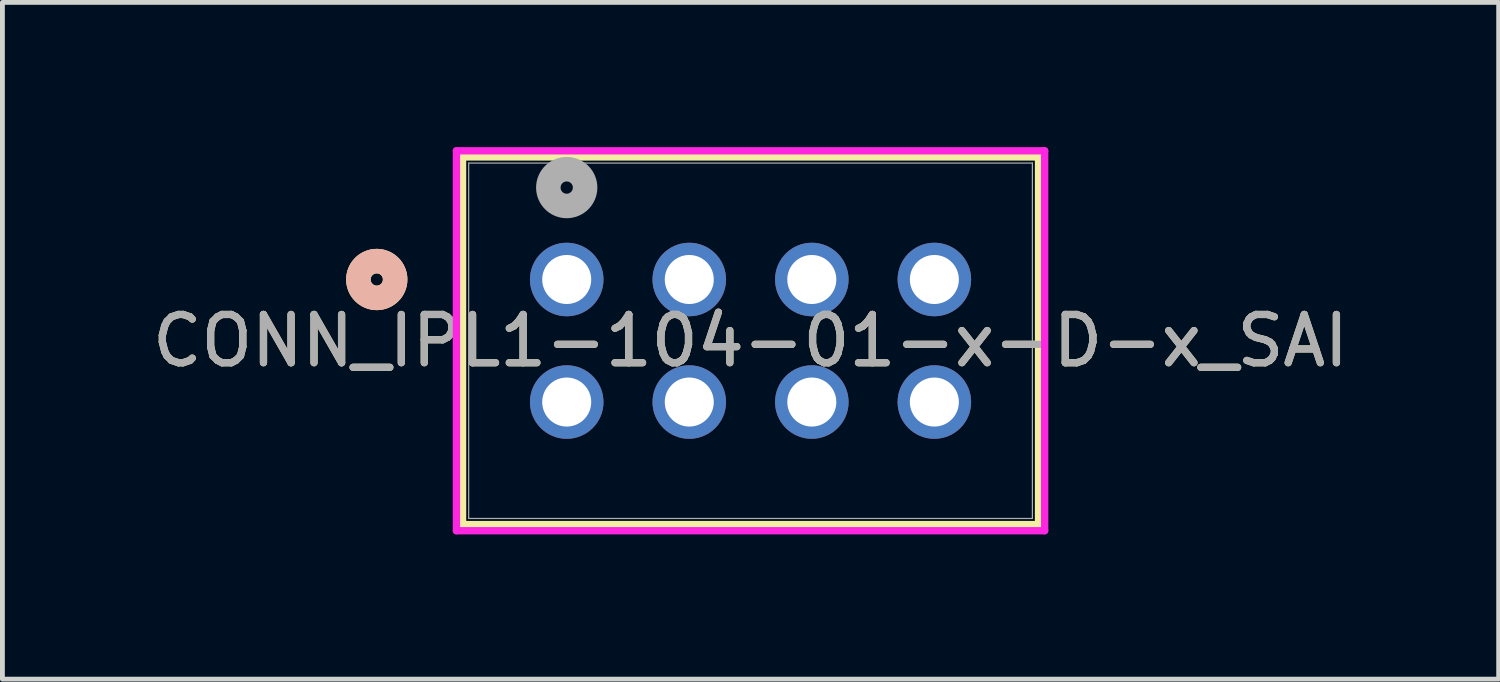
<source format=kicad_pcb>
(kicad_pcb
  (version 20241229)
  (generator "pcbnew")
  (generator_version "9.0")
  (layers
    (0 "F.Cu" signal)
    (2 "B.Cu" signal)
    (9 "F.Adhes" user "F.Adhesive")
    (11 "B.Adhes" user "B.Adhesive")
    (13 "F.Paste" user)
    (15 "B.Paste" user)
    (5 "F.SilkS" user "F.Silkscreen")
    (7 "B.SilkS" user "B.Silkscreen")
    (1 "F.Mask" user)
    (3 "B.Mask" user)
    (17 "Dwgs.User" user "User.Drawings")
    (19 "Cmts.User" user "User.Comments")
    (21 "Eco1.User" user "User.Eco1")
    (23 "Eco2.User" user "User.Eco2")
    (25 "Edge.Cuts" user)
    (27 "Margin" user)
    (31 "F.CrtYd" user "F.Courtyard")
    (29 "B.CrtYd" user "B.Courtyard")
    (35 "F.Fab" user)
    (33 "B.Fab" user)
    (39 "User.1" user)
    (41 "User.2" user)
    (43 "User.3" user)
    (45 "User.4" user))
  (footprint "CONN_IPL1-104-01-x-D-x_SAI"
    (layer "F.Cu")
    (at 8.696 2.743)
    (property "Reference" "CONN_IPL1-104-01-x-D-x_SAI" (at 3.81 1.27 0) (unlocked yes) (layer "F.SilkS") (effects (font (size 1 1) (thickness 0.15))))
    (attr through_hole)
    (fp_line (start -2.159 -2.54) (end -2.159 5.08) (stroke (width 0.152) (type solid)) (layer "F.SilkS"))
    (fp_line (start -2.159 5.08) (end 9.779 5.08) (stroke (width 0.152) (type solid)) (layer "F.SilkS"))
    (fp_line (start 9.779 -2.54) (end -2.159 -2.54) (stroke (width 0.152) (type solid)) (layer "F.SilkS"))
    (fp_line (start 9.779 5.08) (end 9.779 -2.54) (stroke (width 0.152) (type solid)) (layer "F.SilkS"))
    (fp_circle (center -3.937 0) (end -3.556 0) (stroke (width 0.508) (type solid)) (fill no) (layer "F.SilkS"))
    (fp_circle (center -3.937 0) (end -3.556 0) (stroke (width 0.508) (type solid)) (fill no) (layer "B.SilkS"))
    (fp_line (start -2.286 -2.667) (end -2.286 5.207) (stroke (width 0.152) (type solid)) (layer "F.CrtYd"))
    (fp_line (start -2.286 5.207) (end 9.906 5.207) (stroke (width 0.152) (type solid)) (layer "F.CrtYd"))
    (fp_line (start 9.906 -2.667) (end -2.286 -2.667) (stroke (width 0.152) (type solid)) (layer "F.CrtYd"))
    (fp_line (start 9.906 5.207) (end 9.906 -2.667) (stroke (width 0.152) (type solid)) (layer "F.CrtYd"))
    (fp_line (start -2.032 -2.413) (end -2.032 4.953) (stroke (width 0.025) (type solid)) (layer "F.Fab"))
    (fp_line (start -2.032 4.953) (end 9.652 4.953) (stroke (width 0.025) (type solid)) (layer "F.Fab"))
    (fp_line (start 9.652 -2.413) (end -2.032 -2.413) (stroke (width 0.025) (type solid)) (layer "F.Fab"))
    (fp_line (start 9.652 4.953) (end 9.652 -2.413) (stroke (width 0.025) (type solid)) (layer "F.Fab"))
    (fp_circle (center 0 -1.905) (end 0.381 -1.905) (stroke (width 0.508) (type solid)) (fill no) (layer "F.Fab"))
    (fp_text user "${REFERENCE}" (at 3.81 1.27 0) (unlocked yes) (layer "F.Fab") (effects (font (size 1 1) (thickness 0.15))))
    (pad "1" thru_hole circle (at 0 0) (size 1.524 1.524) (drill 1.016) (layers "*.Cu" "*.Mask"))
    (pad "2" thru_hole circle (at 2.54 0) (size 1.524 1.524) (drill 1.016) (layers "*.Cu" "*.Mask"))
    (pad "3" thru_hole circle (at 5.08 0) (size 1.524 1.524) (drill 1.016) (layers "*.Cu" "*.Mask"))
    (pad "4" thru_hole circle (at 7.62 0) (size 1.524 1.524) (drill 1.016) (layers "*.Cu" "*.Mask"))
    (pad "5" thru_hole circle (at 0 2.54) (size 1.524 1.524) (drill 1.016) (layers "*.Cu" "*.Mask"))
    (pad "6" thru_hole circle (at 2.54 2.54) (size 1.524 1.524) (drill 1.016) (layers "*.Cu" "*.Mask"))
    (pad "7" thru_hole circle (at 5.08 2.54) (size 1.524 1.524) (drill 1.016) (layers "*.Cu" "*.Mask"))
    (pad "8" thru_hole circle (at 7.62 2.54) (size 1.524 1.524) (drill 1.016) (layers "*.Cu" "*.Mask")))
  (gr_rect
    (start -3 -3)
    (end 28.012 11.026)
    (stroke (width 0.1) (type default))
    (fill no)
    (layer "Edge.Cuts")))
</source>
